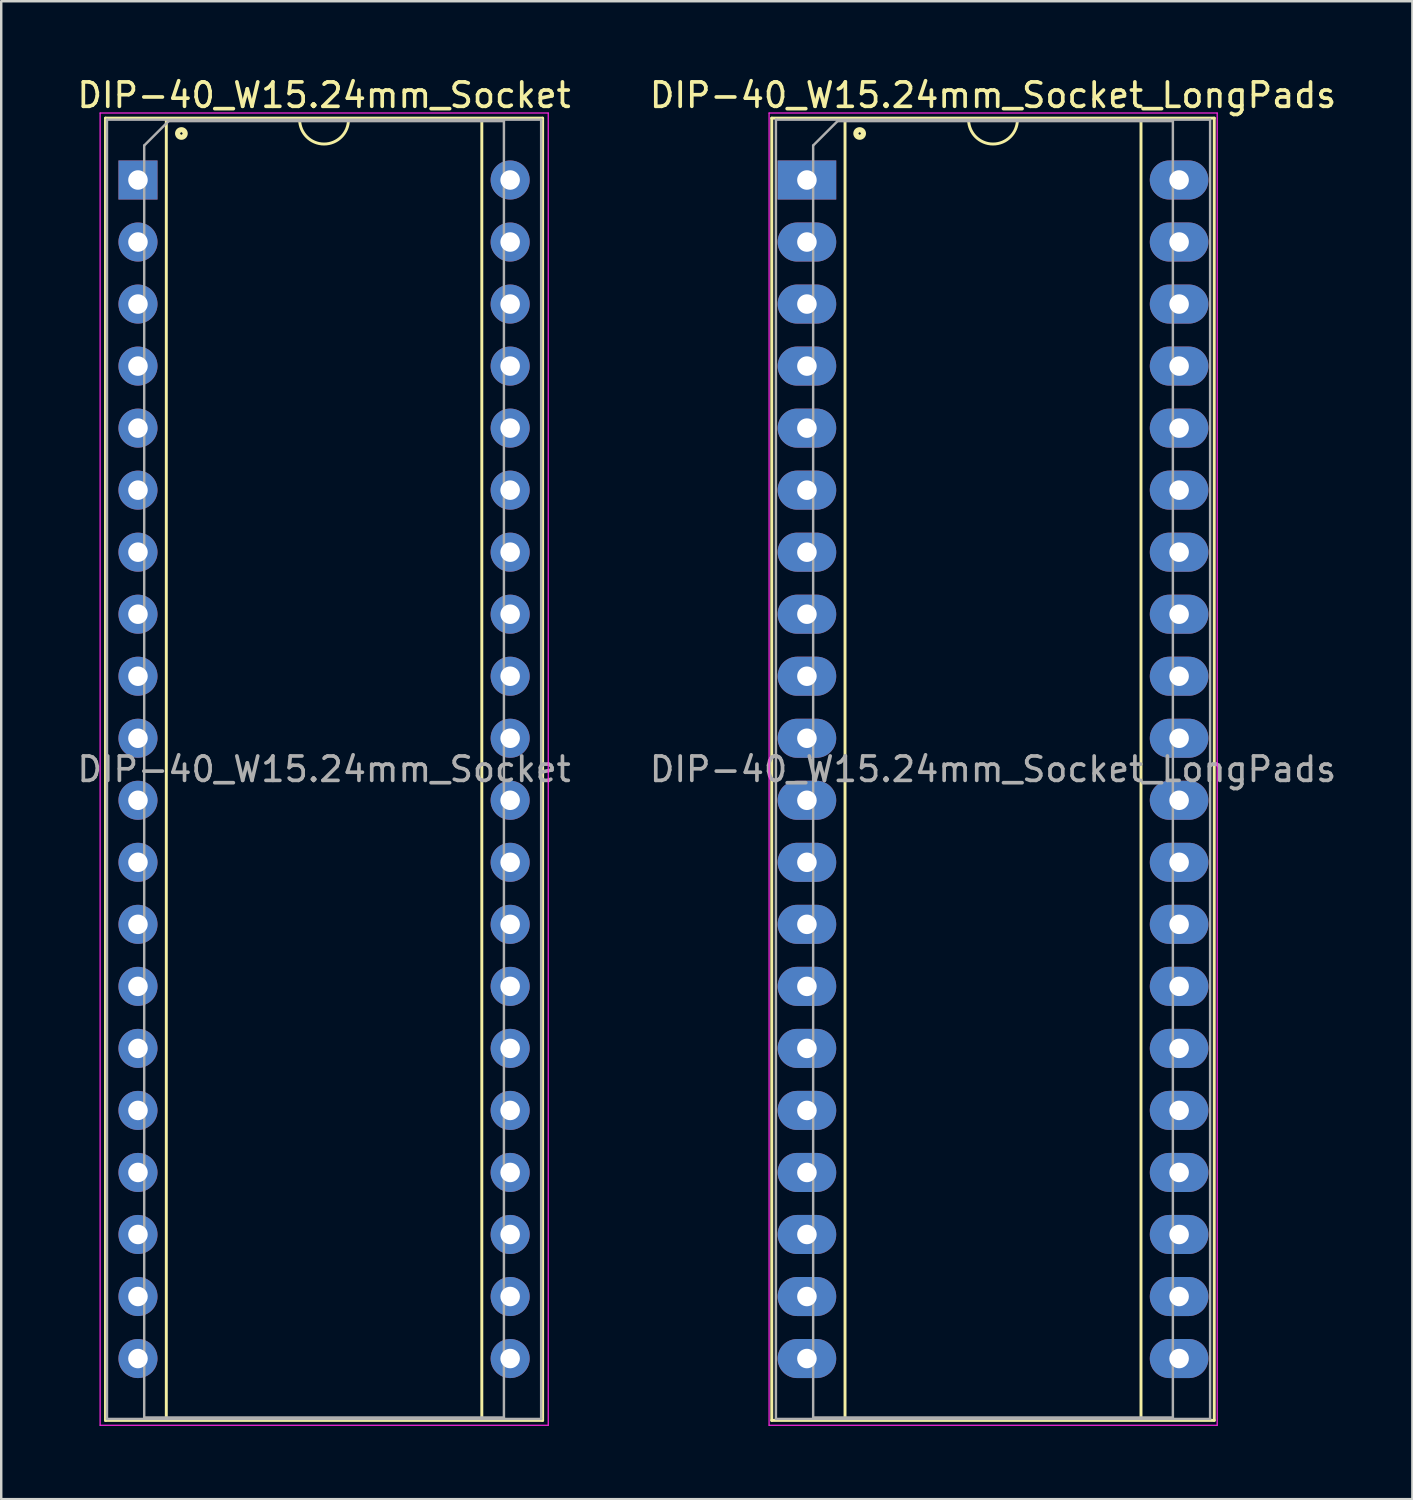
<source format=kicad_pcb>
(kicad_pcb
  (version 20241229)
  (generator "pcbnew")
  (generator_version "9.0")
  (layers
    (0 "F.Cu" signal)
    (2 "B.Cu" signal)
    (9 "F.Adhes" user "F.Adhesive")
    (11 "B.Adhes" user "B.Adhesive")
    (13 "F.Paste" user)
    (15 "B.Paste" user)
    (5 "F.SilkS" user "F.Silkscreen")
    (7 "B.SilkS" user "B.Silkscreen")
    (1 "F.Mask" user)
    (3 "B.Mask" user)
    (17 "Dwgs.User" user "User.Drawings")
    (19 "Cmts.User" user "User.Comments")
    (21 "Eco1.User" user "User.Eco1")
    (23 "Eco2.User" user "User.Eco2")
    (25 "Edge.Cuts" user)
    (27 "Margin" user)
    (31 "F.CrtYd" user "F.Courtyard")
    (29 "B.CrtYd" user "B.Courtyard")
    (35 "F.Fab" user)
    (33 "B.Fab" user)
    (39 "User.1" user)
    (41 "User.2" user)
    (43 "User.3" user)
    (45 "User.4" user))
  (footprint "DIP-40_W15.24mm_Socket"
    (layer "F.Cu")
    (at 2.6 4.321)
    (property "Reference" "DIP-40_W15.24mm_Socket" (at 7.62 -3.473 0) (layer "F.SilkS") (effects (font (size 1 1) (thickness 0.15))))
    (attr through_hole)
    (fp_line (start -1.33 -2.533) (end -1.33 50.793) (stroke (width 0.12) (type solid)) (layer "F.SilkS"))
    (fp_line (start -1.33 50.793) (end 16.57 50.793) (stroke (width 0.12) (type solid)) (layer "F.SilkS"))
    (fp_line (start 1.16 -2.473) (end 1.16 50.733) (stroke (width 0.12) (type solid)) (layer "F.SilkS"))
    (fp_line (start 1.16 50.733) (end 14.08 50.733) (stroke (width 0.12) (type solid)) (layer "F.SilkS"))
    (fp_line (start 6.62 -2.473) (end 1.16 -2.473) (stroke (width 0.12) (type solid)) (layer "F.SilkS"))
    (fp_line (start 14.08 -2.473) (end 8.62 -2.473) (stroke (width 0.12) (type solid)) (layer "F.SilkS"))
    (fp_line (start 14.08 50.733) (end 14.08 -2.473) (stroke (width 0.12) (type solid)) (layer "F.SilkS"))
    (fp_line (start 16.57 -2.533) (end -1.33 -2.533) (stroke (width 0.12) (type solid)) (layer "F.SilkS"))
    (fp_line (start 16.57 50.793) (end 16.57 -2.533) (stroke (width 0.12) (type solid)) (layer "F.SilkS"))
    (fp_arc (start 8.62 -2.473) (mid 7.62 -1.473) (end 6.62 -2.473) (stroke (width 0.12) (type solid)) (layer "F.SilkS"))
    (fp_circle (center 1.778 -1.905) (end 1.828 -1.905) (stroke (width 0.12) (type solid)) (fill no) (layer "F.SilkS"))
    (fp_circle (center 1.778 -1.905) (end 1.903 -1.905) (stroke (width 0.12) (type solid)) (fill no) (layer "F.SilkS"))
    (fp_circle (center 1.778 -1.905) (end 1.978 -1.905) (stroke (width 0.12) (type solid)) (fill no) (layer "F.SilkS"))
    (fp_line (start -1.55 -2.743) (end -1.55 50.993) (stroke (width 0.05) (type solid)) (layer "F.CrtYd"))
    (fp_line (start -1.55 50.993) (end 16.8 50.993) (stroke (width 0.05) (type solid)) (layer "F.CrtYd"))
    (fp_line (start 16.8 -2.743) (end -1.55 -2.743) (stroke (width 0.05) (type solid)) (layer "F.CrtYd"))
    (fp_line (start 16.8 50.993) (end 16.8 -2.743) (stroke (width 0.05) (type solid)) (layer "F.CrtYd"))
    (fp_line (start -1.27 -2.473) (end -1.27 50.733) (stroke (width 0.1) (type solid)) (layer "F.Fab"))
    (fp_line (start -1.27 50.733) (end 16.51 50.733) (stroke (width 0.1) (type solid)) (layer "F.Fab"))
    (fp_line (start 0.255 -1.413) (end 1.255 -2.413) (stroke (width 0.1) (type solid)) (layer "F.Fab"))
    (fp_line (start 0.255 50.673) (end 0.255 -1.413) (stroke (width 0.1) (type solid)) (layer "F.Fab"))
    (fp_line (start 1.255 -2.413) (end 14.985 -2.413) (stroke (width 0.1) (type solid)) (layer "F.Fab"))
    (fp_line (start 14.985 -2.413) (end 14.985 50.673) (stroke (width 0.1) (type solid)) (layer "F.Fab"))
    (fp_line (start 14.985 50.673) (end 0.255 50.673) (stroke (width 0.1) (type solid)) (layer "F.Fab"))
    (fp_line (start 16.51 -2.473) (end -1.27 -2.473) (stroke (width 0.1) (type solid)) (layer "F.Fab"))
    (fp_line (start 16.51 50.733) (end 16.51 -2.473) (stroke (width 0.1) (type solid)) (layer "F.Fab"))
    (fp_text user "${REFERENCE}" (at 7.62 24.13 0) (layer "F.Fab") (effects (font (size 1 1) (thickness 0.15))))
    (pad "1" thru_hole rect (at 0 0) (size 1.6 1.6) (drill 0.8) (layers "*.Cu" "*.Mask"))
    (pad "2" thru_hole oval (at 0 2.54) (size 1.6 1.6) (drill 0.8) (layers "*.Cu" "*.Mask"))
    (pad "3" thru_hole oval (at 0 5.08) (size 1.6 1.6) (drill 0.8) (layers "*.Cu" "*.Mask"))
    (pad "4" thru_hole oval (at 0 7.62) (size 1.6 1.6) (drill 0.8) (layers "*.Cu" "*.Mask"))
    (pad "5" thru_hole oval (at 0 10.16) (size 1.6 1.6) (drill 0.8) (layers "*.Cu" "*.Mask"))
    (pad "6" thru_hole oval (at 0 12.7) (size 1.6 1.6) (drill 0.8) (layers "*.Cu" "*.Mask"))
    (pad "7" thru_hole oval (at 0 15.24) (size 1.6 1.6) (drill 0.8) (layers "*.Cu" "*.Mask"))
    (pad "8" thru_hole oval (at 0 17.78) (size 1.6 1.6) (drill 0.8) (layers "*.Cu" "*.Mask"))
    (pad "9" thru_hole oval (at 0 20.32) (size 1.6 1.6) (drill 0.8) (layers "*.Cu" "*.Mask"))
    (pad "10" thru_hole oval (at 0 22.86) (size 1.6 1.6) (drill 0.8) (layers "*.Cu" "*.Mask"))
    (pad "11" thru_hole oval (at 0 25.4) (size 1.6 1.6) (drill 0.8) (layers "*.Cu" "*.Mask"))
    (pad "12" thru_hole oval (at 0 27.94) (size 1.6 1.6) (drill 0.8) (layers "*.Cu" "*.Mask"))
    (pad "13" thru_hole oval (at 0 30.48) (size 1.6 1.6) (drill 0.8) (layers "*.Cu" "*.Mask"))
    (pad "14" thru_hole oval (at 0 33.02) (size 1.6 1.6) (drill 0.8) (layers "*.Cu" "*.Mask"))
    (pad "15" thru_hole oval (at 0 35.56) (size 1.6 1.6) (drill 0.8) (layers "*.Cu" "*.Mask"))
    (pad "16" thru_hole oval (at 0 38.1) (size 1.6 1.6) (drill 0.8) (layers "*.Cu" "*.Mask"))
    (pad "17" thru_hole oval (at 0 40.64) (size 1.6 1.6) (drill 0.8) (layers "*.Cu" "*.Mask"))
    (pad "18" thru_hole oval (at 0 43.18) (size 1.6 1.6) (drill 0.8) (layers "*.Cu" "*.Mask"))
    (pad "19" thru_hole oval (at 0 45.72) (size 1.6 1.6) (drill 0.8) (layers "*.Cu" "*.Mask"))
    (pad "20" thru_hole oval (at 0 48.26) (size 1.6 1.6) (drill 0.8) (layers "*.Cu" "*.Mask"))
    (pad "21" thru_hole oval (at 15.24 48.26) (size 1.6 1.6) (drill 0.8) (layers "*.Cu" "*.Mask"))
    (pad "22" thru_hole oval (at 15.24 45.72) (size 1.6 1.6) (drill 0.8) (layers "*.Cu" "*.Mask"))
    (pad "23" thru_hole oval (at 15.24 43.18) (size 1.6 1.6) (drill 0.8) (layers "*.Cu" "*.Mask"))
    (pad "24" thru_hole oval (at 15.24 40.64) (size 1.6 1.6) (drill 0.8) (layers "*.Cu" "*.Mask"))
    (pad "25" thru_hole oval (at 15.24 38.1) (size 1.6 1.6) (drill 0.8) (layers "*.Cu" "*.Mask"))
    (pad "26" thru_hole oval (at 15.24 35.56) (size 1.6 1.6) (drill 0.8) (layers "*.Cu" "*.Mask"))
    (pad "27" thru_hole oval (at 15.24 33.02) (size 1.6 1.6) (drill 0.8) (layers "*.Cu" "*.Mask"))
    (pad "28" thru_hole oval (at 15.24 30.48) (size 1.6 1.6) (drill 0.8) (layers "*.Cu" "*.Mask"))
    (pad "29" thru_hole oval (at 15.24 27.94) (size 1.6 1.6) (drill 0.8) (layers "*.Cu" "*.Mask"))
    (pad "30" thru_hole oval (at 15.24 25.4) (size 1.6 1.6) (drill 0.8) (layers "*.Cu" "*.Mask"))
    (pad "31" thru_hole oval (at 15.24 22.86) (size 1.6 1.6) (drill 0.8) (layers "*.Cu" "*.Mask"))
    (pad "32" thru_hole oval (at 15.24 20.32) (size 1.6 1.6) (drill 0.8) (layers "*.Cu" "*.Mask"))
    (pad "33" thru_hole oval (at 15.24 17.78) (size 1.6 1.6) (drill 0.8) (layers "*.Cu" "*.Mask"))
    (pad "34" thru_hole oval (at 15.24 15.24) (size 1.6 1.6) (drill 0.8) (layers "*.Cu" "*.Mask"))
    (pad "35" thru_hole oval (at 15.24 12.7) (size 1.6 1.6) (drill 0.8) (layers "*.Cu" "*.Mask"))
    (pad "36" thru_hole oval (at 15.24 10.16) (size 1.6 1.6) (drill 0.8) (layers "*.Cu" "*.Mask"))
    (pad "37" thru_hole oval (at 15.24 7.62) (size 1.6 1.6) (drill 0.8) (layers "*.Cu" "*.Mask"))
    (pad "38" thru_hole oval (at 15.24 5.08) (size 1.6 1.6) (drill 0.8) (layers "*.Cu" "*.Mask"))
    (pad "39" thru_hole oval (at 15.24 2.54) (size 1.6 1.6) (drill 0.8) (layers "*.Cu" "*.Mask"))
    (pad "40" thru_hole oval (at 15.24 0) (size 1.6 1.6) (drill 0.8) (layers "*.Cu" "*.Mask")))
  (footprint "DIP-40_W15.24mm_Socket_LongPads"
    (layer "F.Cu")
    (at 29.993 4.321)
    (property "Reference" "DIP-40_W15.24mm_Socket_LongPads" (at 7.62 -3.473 0) (layer "F.SilkS") (effects (font (size 1 1) (thickness 0.15))))
    (attr through_hole)
    (fp_line (start -1.44 -2.533) (end -1.44 50.793) (stroke (width 0.12) (type solid)) (layer "F.SilkS"))
    (fp_line (start -1.44 50.793) (end 16.68 50.793) (stroke (width 0.12) (type solid)) (layer "F.SilkS"))
    (fp_line (start 1.56 -2.473) (end 1.56 50.733) (stroke (width 0.12) (type solid)) (layer "F.SilkS"))
    (fp_line (start 1.56 50.733) (end 13.68 50.733) (stroke (width 0.12) (type solid)) (layer "F.SilkS"))
    (fp_line (start 6.62 -2.473) (end 1.56 -2.473) (stroke (width 0.12) (type solid)) (layer "F.SilkS"))
    (fp_line (start 13.68 -2.473) (end 8.62 -2.473) (stroke (width 0.12) (type solid)) (layer "F.SilkS"))
    (fp_line (start 13.68 50.733) (end 13.68 -2.473) (stroke (width 0.12) (type solid)) (layer "F.SilkS"))
    (fp_line (start 16.68 -2.533) (end -1.44 -2.533) (stroke (width 0.12) (type solid)) (layer "F.SilkS"))
    (fp_line (start 16.68 50.793) (end 16.68 -2.533) (stroke (width 0.12) (type solid)) (layer "F.SilkS"))
    (fp_arc (start 8.62 -2.473) (mid 7.62 -1.473) (end 6.62 -2.473) (stroke (width 0.12) (type solid)) (layer "F.SilkS"))
    (fp_circle (center 2.159 -1.905) (end 2.209 -1.905) (stroke (width 0.12) (type solid)) (fill no) (layer "F.SilkS"))
    (fp_circle (center 2.159 -1.905) (end 2.284 -1.905) (stroke (width 0.12) (type solid)) (fill no) (layer "F.SilkS"))
    (fp_circle (center 2.159 -1.905) (end 2.359 -1.905) (stroke (width 0.12) (type solid)) (fill no) (layer "F.SilkS"))
    (fp_line (start -1.55 -2.743) (end -1.55 50.993) (stroke (width 0.05) (type solid)) (layer "F.CrtYd"))
    (fp_line (start -1.55 50.993) (end 16.8 50.993) (stroke (width 0.05) (type solid)) (layer "F.CrtYd"))
    (fp_line (start 16.8 -2.743) (end -1.55 -2.743) (stroke (width 0.05) (type solid)) (layer "F.CrtYd"))
    (fp_line (start 16.8 50.993) (end 16.8 -2.743) (stroke (width 0.05) (type solid)) (layer "F.CrtYd"))
    (fp_line (start -1.27 -2.473) (end -1.27 50.733) (stroke (width 0.1) (type solid)) (layer "F.Fab"))
    (fp_line (start -1.27 50.733) (end 16.51 50.733) (stroke (width 0.1) (type solid)) (layer "F.Fab"))
    (fp_line (start 0.255 -1.413) (end 1.255 -2.413) (stroke (width 0.1) (type solid)) (layer "F.Fab"))
    (fp_line (start 0.255 50.673) (end 0.255 -1.413) (stroke (width 0.1) (type solid)) (layer "F.Fab"))
    (fp_line (start 1.255 -2.413) (end 14.985 -2.413) (stroke (width 0.1) (type solid)) (layer "F.Fab"))
    (fp_line (start 14.985 -2.413) (end 14.985 50.673) (stroke (width 0.1) (type solid)) (layer "F.Fab"))
    (fp_line (start 14.985 50.673) (end 0.255 50.673) (stroke (width 0.1) (type solid)) (layer "F.Fab"))
    (fp_line (start 16.51 -2.473) (end -1.27 -2.473) (stroke (width 0.1) (type solid)) (layer "F.Fab"))
    (fp_line (start 16.51 50.733) (end 16.51 -2.473) (stroke (width 0.1) (type solid)) (layer "F.Fab"))
    (fp_text user "${REFERENCE}" (at 7.62 24.13 0) (layer "F.Fab") (effects (font (size 1 1) (thickness 0.15))))
    (pad "1" thru_hole rect (at 0 0) (size 2.4 1.6) (drill 0.8) (layers "*.Cu" "*.Mask"))
    (pad "2" thru_hole oval (at 0 2.54) (size 2.4 1.6) (drill 0.8) (layers "*.Cu" "*.Mask"))
    (pad "3" thru_hole oval (at 0 5.08) (size 2.4 1.6) (drill 0.8) (layers "*.Cu" "*.Mask"))
    (pad "4" thru_hole oval (at 0 7.62) (size 2.4 1.6) (drill 0.8) (layers "*.Cu" "*.Mask"))
    (pad "5" thru_hole oval (at 0 10.16) (size 2.4 1.6) (drill 0.8) (layers "*.Cu" "*.Mask"))
    (pad "6" thru_hole oval (at 0 12.7) (size 2.4 1.6) (drill 0.8) (layers "*.Cu" "*.Mask"))
    (pad "7" thru_hole oval (at 0 15.24) (size 2.4 1.6) (drill 0.8) (layers "*.Cu" "*.Mask"))
    (pad "8" thru_hole oval (at 0 17.78) (size 2.4 1.6) (drill 0.8) (layers "*.Cu" "*.Mask"))
    (pad "9" thru_hole oval (at 0 20.32) (size 2.4 1.6) (drill 0.8) (layers "*.Cu" "*.Mask"))
    (pad "10" thru_hole oval (at 0 22.86) (size 2.4 1.6) (drill 0.8) (layers "*.Cu" "*.Mask"))
    (pad "11" thru_hole oval (at 0 25.4) (size 2.4 1.6) (drill 0.8) (layers "*.Cu" "*.Mask"))
    (pad "12" thru_hole oval (at 0 27.94) (size 2.4 1.6) (drill 0.8) (layers "*.Cu" "*.Mask"))
    (pad "13" thru_hole oval (at 0 30.48) (size 2.4 1.6) (drill 0.8) (layers "*.Cu" "*.Mask"))
    (pad "14" thru_hole oval (at 0 33.02) (size 2.4 1.6) (drill 0.8) (layers "*.Cu" "*.Mask"))
    (pad "15" thru_hole oval (at 0 35.56) (size 2.4 1.6) (drill 0.8) (layers "*.Cu" "*.Mask"))
    (pad "16" thru_hole oval (at 0 38.1) (size 2.4 1.6) (drill 0.8) (layers "*.Cu" "*.Mask"))
    (pad "17" thru_hole oval (at 0 40.64) (size 2.4 1.6) (drill 0.8) (layers "*.Cu" "*.Mask"))
    (pad "18" thru_hole oval (at 0 43.18) (size 2.4 1.6) (drill 0.8) (layers "*.Cu" "*.Mask"))
    (pad "19" thru_hole oval (at 0 45.72) (size 2.4 1.6) (drill 0.8) (layers "*.Cu" "*.Mask"))
    (pad "20" thru_hole oval (at 0 48.26) (size 2.4 1.6) (drill 0.8) (layers "*.Cu" "*.Mask"))
    (pad "21" thru_hole oval (at 15.24 48.26) (size 2.4 1.6) (drill 0.8) (layers "*.Cu" "*.Mask"))
    (pad "22" thru_hole oval (at 15.24 45.72) (size 2.4 1.6) (drill 0.8) (layers "*.Cu" "*.Mask"))
    (pad "23" thru_hole oval (at 15.24 43.18) (size 2.4 1.6) (drill 0.8) (layers "*.Cu" "*.Mask"))
    (pad "24" thru_hole oval (at 15.24 40.64) (size 2.4 1.6) (drill 0.8) (layers "*.Cu" "*.Mask"))
    (pad "25" thru_hole oval (at 15.24 38.1) (size 2.4 1.6) (drill 0.8) (layers "*.Cu" "*.Mask"))
    (pad "26" thru_hole oval (at 15.24 35.56) (size 2.4 1.6) (drill 0.8) (layers "*.Cu" "*.Mask"))
    (pad "27" thru_hole oval (at 15.24 33.02) (size 2.4 1.6) (drill 0.8) (layers "*.Cu" "*.Mask"))
    (pad "28" thru_hole oval (at 15.24 30.48) (size 2.4 1.6) (drill 0.8) (layers "*.Cu" "*.Mask"))
    (pad "29" thru_hole oval (at 15.24 27.94) (size 2.4 1.6) (drill 0.8) (layers "*.Cu" "*.Mask"))
    (pad "30" thru_hole oval (at 15.24 25.4) (size 2.4 1.6) (drill 0.8) (layers "*.Cu" "*.Mask"))
    (pad "31" thru_hole oval (at 15.24 22.86) (size 2.4 1.6) (drill 0.8) (layers "*.Cu" "*.Mask"))
    (pad "32" thru_hole oval (at 15.24 20.32) (size 2.4 1.6) (drill 0.8) (layers "*.Cu" "*.Mask"))
    (pad "33" thru_hole oval (at 15.24 17.78) (size 2.4 1.6) (drill 0.8) (layers "*.Cu" "*.Mask"))
    (pad "34" thru_hole oval (at 15.24 15.24) (size 2.4 1.6) (drill 0.8) (layers "*.Cu" "*.Mask"))
    (pad "35" thru_hole oval (at 15.24 12.7) (size 2.4 1.6) (drill 0.8) (layers "*.Cu" "*.Mask"))
    (pad "36" thru_hole oval (at 15.24 10.16) (size 2.4 1.6) (drill 0.8) (layers "*.Cu" "*.Mask"))
    (pad "37" thru_hole oval (at 15.24 7.62) (size 2.4 1.6) (drill 0.8) (layers "*.Cu" "*.Mask"))
    (pad "38" thru_hole oval (at 15.24 5.08) (size 2.4 1.6) (drill 0.8) (layers "*.Cu" "*.Mask"))
    (pad "39" thru_hole oval (at 15.24 2.54) (size 2.4 1.6) (drill 0.8) (layers "*.Cu" "*.Mask"))
    (pad "40" thru_hole oval (at 15.24 0) (size 2.4 1.6) (drill 0.8) (layers "*.Cu" "*.Mask")))
  (gr_rect
    (start -3 -3)
    (end 54.786 58.339)
    (stroke (width 0.1) (type default))
    (fill no)
    (layer "Edge.Cuts")))
</source>
